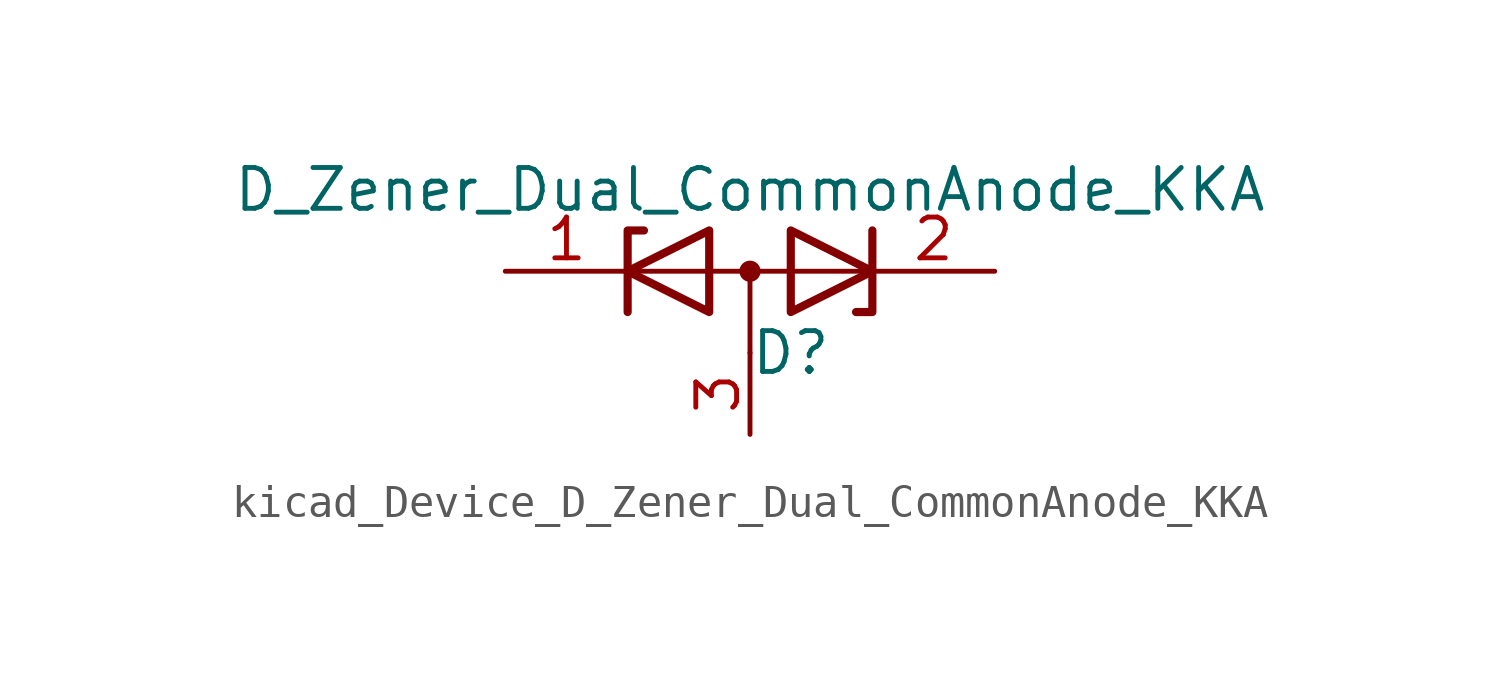
<source format=kicad_sym>
(kicad_symbol_lib
  (version 20220914)
  (generator kicad_symbol_editor)
  (symbol "kicad_Device_D_Zener_Dual_CommonAnode_KKA"
    (pin_names
      (offset 0.762) hide)
    (property "Reference" "D"
      (at 1.27 -2.54 0)
      (effects (font (size 1.27 1.27))))
    (property "Value" "D_Zener_Dual_CommonAnode_KKA"
      (at 0 2.54 0)
      (effects (font (size 1.27 1.27))))
    (symbol "kicad_Device_D_Zener_Dual_CommonAnode_KKA_0_1"
      (polyline (pts (xy -3.556 0) (xy 3.81 0)) (stroke (width 0) (type default)) (fill (type none)))
      (polyline (pts (xy 0 0) (xy 0 -2.54)) (stroke (width 0) (type default)) (fill (type none)))
      (polyline (pts (xy -3.81 -1.27) (xy -3.81 1.27) (xy -3.302 1.27)) (stroke (width 0.254) (type default)) (fill (type none)))
      (polyline (pts (xy 3.302 -1.27) (xy 3.81 -1.27) (xy 3.81 1.27)) (stroke (width 0.254) (type default)) (fill (type none)))
      (polyline (pts (xy -1.27 -1.27) (xy -3.81 0) (xy -1.27 1.27) (xy -1.27 -1.27) (xy -1.27 -1.27) (xy -1.27 -1.27)) (stroke (width 0.254) (type default)) (fill (type none)))
      (polyline (pts (xy 1.27 1.27) (xy 3.81 0) (xy 1.27 -1.27) (xy 1.27 1.27) (xy 1.27 1.27) (xy 1.27 1.27)) (stroke (width 0.254) (type default)) (fill (type none)))
      (circle (center 0 0) (radius 0.254) (stroke (width 0) (type default)) (fill (type outline)))
      (pin passive line (at -7.62 0 0) (length 3.81) (name "K" (effects (font (size 1.27 1.27)))) (number "1" (effects (font (size 1.27 1.27)))))
      (pin passive line (at 7.62 0 180) (length 3.81) (name "K" (effects (font (size 1.27 1.27)))) (number "2" (effects (font (size 1.27 1.27)))))
      (pin passive line (at 0 -5.08 90) (length 2.54) (name "A" (effects (font (size 1.27 1.27)))) (number "3" (effects (font (size 1.27 1.27))))))))
</source>
